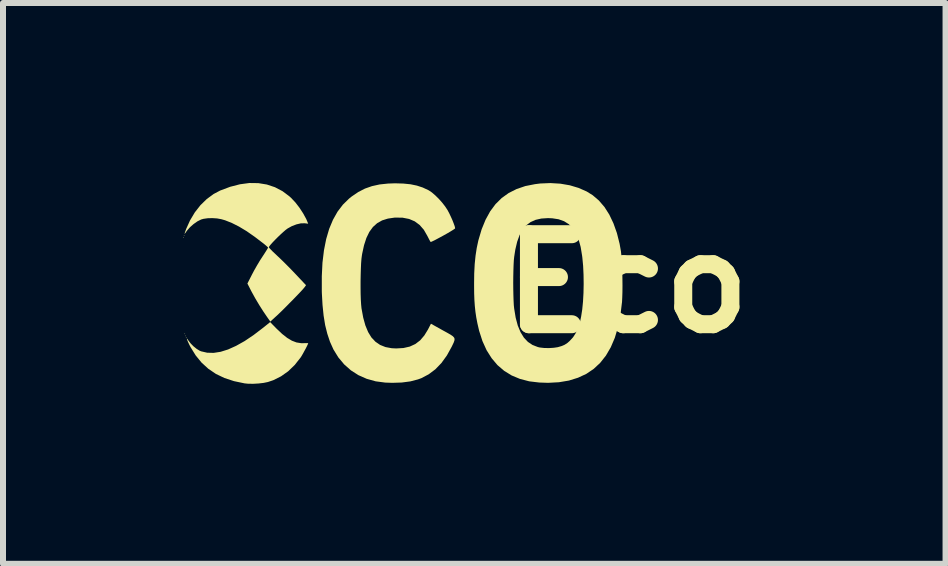
<source format=kicad_pcb>
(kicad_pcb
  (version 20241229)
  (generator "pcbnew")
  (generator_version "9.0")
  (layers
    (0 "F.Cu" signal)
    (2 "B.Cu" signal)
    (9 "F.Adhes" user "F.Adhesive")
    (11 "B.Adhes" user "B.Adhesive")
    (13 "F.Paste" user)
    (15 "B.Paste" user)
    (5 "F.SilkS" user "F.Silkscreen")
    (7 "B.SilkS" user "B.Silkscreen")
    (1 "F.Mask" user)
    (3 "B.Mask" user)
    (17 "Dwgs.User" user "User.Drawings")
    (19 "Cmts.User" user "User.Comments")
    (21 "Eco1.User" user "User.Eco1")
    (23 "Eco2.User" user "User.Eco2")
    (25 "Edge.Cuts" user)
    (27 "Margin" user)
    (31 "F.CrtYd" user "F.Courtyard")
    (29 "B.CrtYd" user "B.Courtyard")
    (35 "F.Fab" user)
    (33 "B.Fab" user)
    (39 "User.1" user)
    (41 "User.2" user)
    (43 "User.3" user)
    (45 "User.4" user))
  (footprint "Eco"
    (layer "F.Cu")
    (at 7.408 1.675)
    (property "Reference" "Eco" (at 0 0 0) (layer "F.SilkS") (effects (font (size 1.5 1.5) (thickness 0.3))))
    (attr board_only exclude_from_pos_files exclude_from_bom)
    (fp_poly (pts (xy -7.396 -0.768) (xy -7.402 -0.762) (xy -7.408 -0.768) (xy -7.402 -0.774)) (stroke (width 0) (type solid)) (fill yes) (layer "F.SilkS"))
    (fp_poly (pts (xy -7.384 -0.803) (xy -7.39 -0.797) (xy -7.396 -0.803) (xy -7.39 -0.809)) (stroke (width 0) (type solid)) (fill yes) (layer "F.SilkS"))
    (fp_poly (pts (xy -7.373 0.838) (xy -7.379 0.844) (xy -7.384 0.838) (xy -7.379 0.832)) (stroke (width 0) (type solid)) (fill yes) (layer "F.SilkS"))
    (fp_poly (pts (xy -7.361 0.873) (xy -7.367 0.879) (xy -7.373 0.873) (xy -7.367 0.867)) (stroke (width 0) (type solid)) (fill yes) (layer "F.SilkS"))
    (fp_poly (pts (xy -7.349 0.897) (xy -7.355 0.903) (xy -7.361 0.897) (xy -7.355 0.891)) (stroke (width 0) (type solid)) (fill yes) (layer "F.SilkS"))
    (fp_poly (pts (xy -5.847 0.754) (xy -5.756 0.84) (xy -5.672 0.906) (xy -5.593 0.953) (xy -5.517 0.982) (xy -5.441 0.994) (xy -5.397 0.994) (xy -5.359 0.993) (xy -5.331 0.993) (xy -5.321 0.995) (xy -5.327 1.01) (xy -5.341 1.04) (xy -5.361 1.08) (xy -5.385 1.124) (xy -5.409 1.168) (xy -5.431 1.206) (xy -5.448 1.233) (xy -5.449 1.234) (xy -5.547 1.358) (xy -5.656 1.463) (xy -5.775 1.547) (xy -5.903 1.611) (xy -5.992 1.641) (xy -6.064 1.656) (xy -6.149 1.666) (xy -6.238 1.671) (xy -6.323 1.67) (xy -6.382 1.664) (xy -6.558 1.627) (xy -6.717 1.575) (xy -6.859 1.507) (xy -6.986 1.421) (xy -7.098 1.319) (xy -7.197 1.198) (xy -7.283 1.059) (xy -7.303 1.02) (xy -7.325 0.973) (xy -7.339 0.939) (xy -7.345 0.92) (xy -7.341 0.918) (xy -7.328 0.934) (xy -7.315 0.954) (xy -7.28 0.999) (xy -7.234 1.046) (xy -7.182 1.088) (xy -7.132 1.119) (xy -7.106 1.13) (xy -7.006 1.153) (xy -6.898 1.156) (xy -6.782 1.138) (xy -6.657 1.099) (xy -6.524 1.039) (xy -6.381 0.959) (xy -6.23 0.857) (xy -6.069 0.734) (xy -6.069 0.734) (xy -5.956 0.643)) (stroke (width 0) (type solid)) (fill yes) (layer "F.SilkS"))
    (fp_poly (pts (xy -6.153 -1.673) (xy -6.011 -1.65) (xy -5.876 -1.605) (xy -5.75 -1.539) (xy -5.633 -1.451) (xy -5.605 -1.425) (xy -5.536 -1.352) (xy -5.468 -1.264) (xy -5.406 -1.169) (xy -5.355 -1.076) (xy -5.34 -1.041) (xy -5.322 -0.997) (xy -5.379 -1.004) (xy -5.443 -1.003) (xy -5.517 -0.986) (xy -5.595 -0.956) (xy -5.669 -0.915) (xy -5.669 -0.914) (xy -5.699 -0.892) (xy -5.738 -0.858) (xy -5.782 -0.818) (xy -5.829 -0.773) (xy -5.874 -0.728) (xy -5.915 -0.685) (xy -5.948 -0.648) (xy -5.97 -0.62) (xy -5.978 -0.605) (xy -5.97 -0.593) (xy -5.947 -0.568) (xy -5.913 -0.533) (xy -5.87 -0.493) (xy -5.846 -0.47) (xy -5.796 -0.423) (xy -5.735 -0.364) (xy -5.668 -0.297) (xy -5.601 -0.229) (xy -5.538 -0.163) (xy -5.536 -0.161) (xy -5.358 0.028) (xy -5.381 0.06) (xy -5.399 0.082) (xy -5.431 0.118) (xy -5.474 0.164) (xy -5.526 0.218) (xy -5.582 0.276) (xy -5.642 0.336) (xy -5.701 0.396) (xy -5.756 0.451) (xy -5.806 0.499) (xy -5.847 0.538) (xy -5.853 0.543) (xy -5.953 0.634) (xy -6.006 0.559) (xy -6.07 0.465) (xy -6.138 0.358) (xy -6.204 0.247) (xy -6.262 0.142) (xy -6.271 0.125) (xy -6.335 0.000261) (xy -6.259 -0.149) (xy -6.222 -0.219) (xy -6.177 -0.298) (xy -6.13 -0.377) (xy -6.086 -0.445) (xy -6.052 -0.497) (xy -6.024 -0.541) (xy -6.003 -0.575) (xy -5.991 -0.595) (xy -5.99 -0.598) (xy -5.998 -0.608) (xy -6.021 -0.629) (xy -6.053 -0.656) (xy -6.063 -0.664) (xy -6.211 -0.777) (xy -6.347 -0.872) (xy -6.475 -0.949) (xy -6.594 -1.009) (xy -6.707 -1.054) (xy -6.77 -1.072) (xy -6.841 -1.085) (xy -6.919 -1.09) (xy -6.997 -1.088) (xy -7.067 -1.078) (xy -7.106 -1.067) (xy -7.168 -1.036) (xy -7.232 -0.991) (xy -7.292 -0.938) (xy -7.34 -0.883) (xy -7.346 -0.875) (xy -7.368 -0.843) (xy -7.38 -0.829) (xy -7.382 -0.833) (xy -7.374 -0.857) (xy -7.358 -0.902) (xy -7.357 -0.906) (xy -7.291 -1.052) (xy -7.211 -1.186) (xy -7.117 -1.306) (xy -7.012 -1.408) (xy -6.898 -1.492) (xy -6.79 -1.549) (xy -6.622 -1.612) (xy -6.459 -1.654) (xy -6.303 -1.675)) (stroke (width 0) (type solid)) (fill yes) (layer "F.SilkS"))
    (fp_poly (pts (xy -3.737 -1.666) (xy -3.617 -1.654) (xy -3.511 -1.632) (xy -3.413 -1.6) (xy -3.319 -1.556) (xy -3.31 -1.551) (xy -3.261 -1.518) (xy -3.205 -1.47) (xy -3.146 -1.412) (xy -3.089 -1.348) (xy -3.04 -1.285) (xy -3.001 -1.226) (xy -3.001 -1.226) (xy -2.972 -1.172) (xy -2.944 -1.113) (xy -2.918 -1.055) (xy -2.897 -1.001) (xy -2.881 -0.957) (xy -2.874 -0.927) (xy -2.874 -0.918) (xy -2.885 -0.909) (xy -2.912 -0.891) (xy -2.953 -0.866) (xy -3.002 -0.837) (xy -3.057 -0.806) (xy -3.114 -0.775) (xy -3.168 -0.746) (xy -3.215 -0.721) (xy -3.253 -0.703) (xy -3.276 -0.693) (xy -3.28 -0.692) (xy -3.288 -0.702) (xy -3.303 -0.729) (xy -3.323 -0.768) (xy -3.338 -0.797) (xy -3.395 -0.896) (xy -3.465 -0.976) (xy -3.546 -1.036) (xy -3.64 -1.076) (xy -3.748 -1.097) (xy -3.869 -1.099) (xy -3.885 -1.098) (xy -3.994 -1.082) (xy -4.09 -1.052) (xy -4.173 -1.005) (xy -4.243 -0.942) (xy -4.303 -0.86) (xy -4.352 -0.759) (xy -4.391 -0.639) (xy -4.422 -0.497) (xy -4.426 -0.474) (xy -4.434 -0.415) (xy -4.44 -0.338) (xy -4.444 -0.246) (xy -4.447 -0.145) (xy -4.449 -0.039) (xy -4.449 0.068) (xy -4.448 0.171) (xy -4.445 0.265) (xy -4.44 0.346) (xy -4.434 0.41) (xy -4.433 0.416) (xy -4.405 0.568) (xy -4.369 0.698) (xy -4.323 0.809) (xy -4.268 0.899) (xy -4.201 0.97) (xy -4.124 1.023) (xy -4.034 1.059) (xy -3.932 1.078) (xy -3.856 1.082) (xy -3.735 1.075) (xy -3.629 1.051) (xy -3.536 1.008) (xy -3.456 0.947) (xy -3.386 0.865) (xy -3.326 0.767) (xy -3.276 0.67) (xy -3.077 0.781) (xy -3.004 0.821) (xy -2.95 0.852) (xy -2.913 0.877) (xy -2.891 0.9) (xy -2.882 0.923) (xy -2.885 0.95) (xy -2.897 0.984) (xy -2.918 1.028) (xy -2.93 1.053) (xy -3.01 1.198) (xy -3.101 1.324) (xy -3.202 1.429) (xy -3.314 1.513) (xy -3.435 1.577) (xy -3.493 1.598) (xy -3.619 1.631) (xy -3.763 1.65) (xy -3.92 1.655) (xy -4.038 1.651) (xy -4.197 1.63) (xy -4.347 1.588) (xy -4.485 1.527) (xy -4.61 1.447) (xy -4.722 1.348) (xy -4.819 1.232) (xy -4.901 1.099) (xy -4.905 1.09) (xy -4.959 0.97) (xy -5.003 0.838) (xy -5.039 0.694) (xy -5.065 0.534) (xy -5.083 0.357) (xy -5.094 0.16) (xy -5.095 0.123) (xy -5.095 -0.122) (xy -5.084 -0.347) (xy -5.059 -0.554) (xy -5.022 -0.741) (xy -4.972 -0.911) (xy -4.909 -1.062) (xy -4.833 -1.197) (xy -4.744 -1.314) (xy -4.641 -1.415) (xy -4.596 -1.451) (xy -4.487 -1.525) (xy -4.376 -1.582) (xy -4.259 -1.623) (xy -4.132 -1.651) (xy -3.991 -1.666) (xy -3.874 -1.67)) (stroke (width 0) (type solid)) (fill yes) (layer "F.SilkS"))
    (fp_poly (pts (xy -1.119 -1.664) (xy -0.962 -1.637) (xy -0.815 -1.593) (xy -0.681 -1.534) (xy -0.581 -1.472) (xy -0.478 -1.384) (xy -0.385 -1.276) (xy -0.304 -1.149) (xy -0.235 -1.004) (xy -0.177 -0.841) (xy -0.132 -0.662) (xy -0.11 -0.538) (xy -0.103 -0.472) (xy -0.096 -0.388) (xy -0.091 -0.29) (xy -0.087 -0.183) (xy -0.085 -0.072) (xy -0.084 0.038) (xy -0.085 0.142) (xy -0.088 0.235) (xy -0.092 0.313) (xy -0.093 0.317) (xy -0.119 0.532) (xy -0.159 0.728) (xy -0.212 0.905) (xy -0.279 1.062) (xy -0.36 1.201) (xy -0.455 1.321) (xy -0.564 1.423) (xy -0.687 1.506) (xy -0.825 1.57) (xy -0.976 1.617) (xy -1.142 1.645) (xy -1.323 1.655) (xy -1.471 1.65) (xy -1.638 1.63) (xy -1.792 1.59) (xy -1.931 1.532) (xy -2.056 1.455) (xy -2.168 1.359) (xy -2.265 1.244) (xy -2.349 1.111) (xy -2.418 0.959) (xy -2.473 0.788) (xy -2.502 0.663) (xy -2.521 0.564) (xy -2.535 0.469) (xy -2.545 0.374) (xy -2.552 0.273) (xy -2.556 0.161) (xy -2.557 0.032) (xy -2.557 0.006) (xy -2.557 -0.009) (xy -1.905 -0.009) (xy -1.904 0.096) (xy -1.902 0.196) (xy -1.899 0.287) (xy -1.895 0.364) (xy -1.889 0.418) (xy -1.864 0.57) (xy -1.829 0.701) (xy -1.783 0.811) (xy -1.727 0.902) (xy -1.66 0.973) (xy -1.582 1.025) (xy -1.493 1.059) (xy -1.463 1.066) (xy -1.393 1.074) (xy -1.311 1.076) (xy -1.23 1.071) (xy -1.163 1.061) (xy -1.098 1.042) (xy -1.047 1.02) (xy -1 0.989) (xy -0.964 0.957) (xy -0.907 0.895) (xy -0.86 0.821) (xy -0.821 0.732) (xy -0.789 0.626) (xy -0.773 0.549) (xy -0.755 0.434) (xy -0.742 0.302) (xy -0.734 0.157) (xy -0.731 0.006) (xy -0.733 -0.146) (xy -0.74 -0.294) (xy -0.753 -0.432) (xy -0.757 -0.463) (xy -0.781 -0.609) (xy -0.815 -0.733) (xy -0.859 -0.837) (xy -0.913 -0.923) (xy -0.979 -0.989) (xy -1.057 -1.038) (xy -1.149 -1.071) (xy -1.254 -1.087) (xy -1.325 -1.09) (xy -1.436 -1.083) (xy -1.533 -1.061) (xy -1.617 -1.023) (xy -1.689 -0.969) (xy -1.75 -0.897) (xy -1.799 -0.807) (xy -1.839 -0.697) (xy -1.87 -0.566) (xy -1.889 -0.444) (xy -1.895 -0.385) (xy -1.899 -0.307) (xy -1.902 -0.215) (xy -1.904 -0.114) (xy -1.905 -0.009) (xy -2.557 -0.009) (xy -2.555 -0.168) (xy -2.547 -0.323) (xy -2.533 -0.462) (xy -2.513 -0.592) (xy -2.487 -0.714) (xy -2.484 -0.725) (xy -2.431 -0.904) (xy -2.366 -1.063) (xy -2.289 -1.203) (xy -2.2 -1.323) (xy -2.097 -1.425) (xy -1.981 -1.508) (xy -1.85 -1.574) (xy -1.704 -1.624) (xy -1.542 -1.656) (xy -1.455 -1.667) (xy -1.285 -1.674)) (stroke (width 0) (type solid)) (fill yes) (layer "F.SilkS")))
  (gr_rect
    (start -3 -3)
    (end 12.708 6.346)
    (stroke (width 0.1) (type default))
    (fill no)
    (layer "Edge.Cuts")))
</source>
